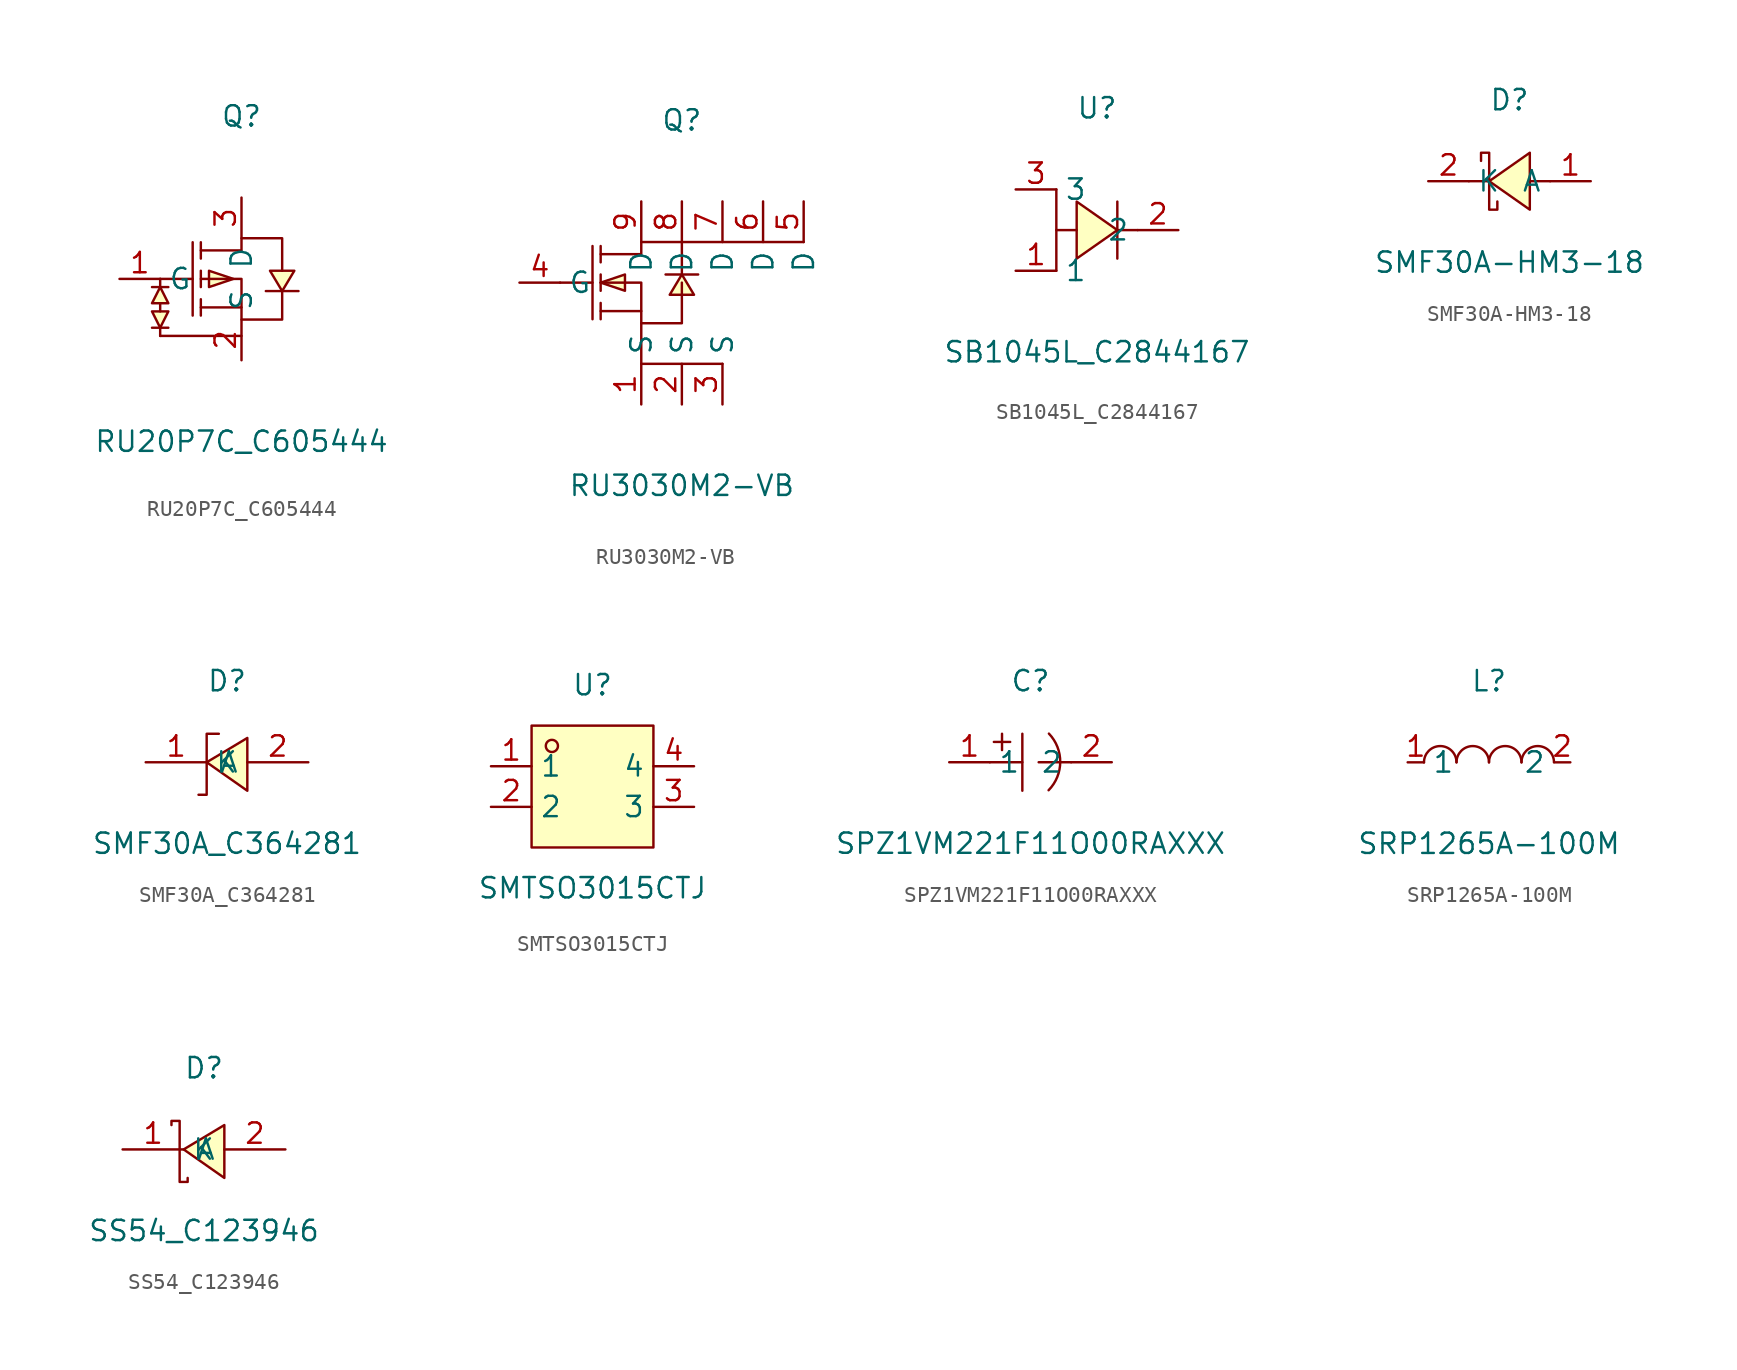
<source format=kicad_sym>
(kicad_symbol_lib
  (version 20211014)
  (generator https://github.com/uPesy/easyeda2kicad.py)
  (symbol "RU20P7C_C605444"
    (property "Reference" "Q"
      (at 0 10.16 0)
      (effects (font (size 1.27 1.27))))
    (property "Value" "RU20P7C_C605444"
      (at 0 -10.16 0)
      (effects (font (size 1.27 1.27))))
    (symbol "RU20P7C_C605444_0_1"
      (polyline (pts (xy -5.08 -0.51) (xy -5.08 -0.00)) (stroke (width 0) (type default) (color 0 0 0 0)) (fill (type none)))
      (polyline (pts (xy 0.00 -3.56) (xy -5.08 -3.56)) (stroke (width 0) (type default) (color 0 0 0 0)) (fill (type none)))
      (polyline (pts (xy -2.54 1.78) (xy 0.00 1.78) (xy 0.00 2.54) (xy 2.54 2.54) (xy 2.54 0.51)) (stroke (width 0) (type default) (color 0 0 0 0)) (fill (type none)))
      (polyline (pts (xy -2.54 -0.00) (xy 0.00 -0.00) (xy 0.00 -2.54) (xy 2.54 -2.54) (xy 2.54 -0.76)) (stroke (width 0) (type default) (color 0 0 0 0)) (fill (type none)))
      (polyline (pts (xy 0.00 -1.78) (xy -2.54 -1.78)) (stroke (width 0) (type default) (color 0 0 0 0)) (fill (type none)))
      (polyline (pts (xy -3.05 2.29) (xy -3.05 -2.29)) (stroke (width 0) (type default) (color 0 0 0 0)) (fill (type none)))
      (polyline (pts (xy -2.54 2.29) (xy -2.54 1.27)) (stroke (width 0) (type default) (color 0 0 0 0)) (fill (type none)))
      (polyline (pts (xy -2.54 -0.51) (xy -2.54 0.51)) (stroke (width 0) (type default) (color 0 0 0 0)) (fill (type none)))
      (polyline (pts (xy -2.54 -2.29) (xy -2.54 -1.27)) (stroke (width 0) (type default) (color 0 0 0 0)) (fill (type none)))
      (polyline (pts (xy -5.08 -0.00) (xy -3.05 -0.00)) (stroke (width 0) (type default) (color 0 0 0 0)) (fill (type none)))
      (polyline (pts (xy 3.56 -0.76) (xy 3.05 -0.76) (xy 2.03 -0.76) (xy 1.52 -0.76)) (stroke (width 0) (type default) (color 0 0 0 0)) (fill (type none)))
      (polyline (pts (xy -5.08 -2.03) (xy -5.08 -1.52)) (stroke (width 0) (type default) (color 0 0 0 0)) (fill (type none)))
      (polyline (pts (xy -5.08 -3.05) (xy -5.08 -3.56)) (stroke (width 0) (type default) (color 0 0 0 0)) (fill (type none)))
      (polyline (pts (xy -4.57 -0.51) (xy -5.59 -0.51)) (stroke (width 0) (type default) (color 0 0 0 0)) (fill (type none)))
      (polyline (pts (xy -4.57 -3.05) (xy -5.59 -3.05)) (stroke (width 0) (type default) (color 0 0 0 0)) (fill (type none)))
      (polyline (pts (xy -5.08 -3.05) (xy -4.57 -2.03) (xy -5.59 -2.03) (xy -5.08 -3.05)) (stroke (width 0) (type default) (color 0 0 0 0)) (fill (type background)))
      (polyline (pts (xy -5.08 -0.51) (xy -5.59 -1.52) (xy -4.57 -1.52) (xy -5.08 -0.51)) (stroke (width 0) (type default) (color 0 0 0 0)) (fill (type background)))
      (polyline (pts (xy -0.51 -0.00) (xy -2.03 0.51) (xy -2.03 -0.51) (xy -0.51 -0.00)) (stroke (width 0) (type default) (color 0 0 0 0)) (fill (type background)))
      (polyline (pts (xy 2.54 -0.76) (xy 3.30 0.51) (xy 1.78 0.51) (xy 2.54 -0.76)) (stroke (width 0) (type default) (color 0 0 0 0)) (fill (type background)))
      (pin unspecified line (at 0.00 5.08 270) (length 2.54) (name "D" (effects (font (size 1.27 1.27)))) (number "3" (effects (font (size 1.27 1.27)))))
      (pin unspecified line (at -7.62 -0.00 0) (length 2.54) (name "G" (effects (font (size 1.27 1.27)))) (number "1" (effects (font (size 1.27 1.27)))))
      (pin unspecified line (at 0.00 -5.08 90) (length 2.54) (name "S" (effects (font (size 1.27 1.27)))) (number "2" (effects (font (size 1.27 1.27)))))))
  (symbol "RU3030M2-VB"
    (property "Reference" "Q"
      (at 0 12.70 0)
      (effects (font (size 1.27 1.27))))
    (property "Value" "RU3030M2-VB"
      (at 0 -10.16 0)
      (effects (font (size 1.27 1.27))))
    (symbol "RU3030M2-VB_0_1"
      (polyline (pts (xy -5.08 4.32) (xy -2.54 4.32) (xy -2.54 5.08) (xy 7.62 5.08) (xy 0.00 5.08) (xy 0.00 3.05)) (stroke (width 0) (type default) (color 0 0 0 0)) (fill (type none)))
      (polyline (pts (xy -5.08 2.54) (xy -2.54 2.54) (xy -2.54 -0.00) (xy 0.00 -0.00) (xy 0.00 2.54)) (stroke (width 0) (type default) (color 0 0 0 0)) (fill (type none)))
      (polyline (pts (xy -2.54 0.76) (xy -5.08 0.76)) (stroke (width 0) (type default) (color 0 0 0 0)) (fill (type none)))
      (polyline (pts (xy -5.59 4.83) (xy -5.59 0.25)) (stroke (width 0) (type default) (color 0 0 0 0)) (fill (type none)))
      (polyline (pts (xy -5.08 4.83) (xy -5.08 3.81)) (stroke (width 0) (type default) (color 0 0 0 0)) (fill (type none)))
      (polyline (pts (xy -5.08 2.03) (xy -5.08 3.05)) (stroke (width 0) (type default) (color 0 0 0 0)) (fill (type none)))
      (polyline (pts (xy -5.08 0.25) (xy -5.08 1.27)) (stroke (width 0) (type default) (color 0 0 0 0)) (fill (type none)))
      (polyline (pts (xy -7.62 2.54) (xy -5.59 2.54)) (stroke (width 0) (type default) (color 0 0 0 0)) (fill (type none)))
      (polyline (pts (xy 1.02 3.05) (xy 0.51 3.05) (xy -0.51 3.05) (xy -1.02 3.05)) (stroke (width 0) (type default) (color 0 0 0 0)) (fill (type none)))
      (polyline (pts (xy 2.54 -2.54) (xy -2.54 -2.54) (xy -2.54 -0.00)) (stroke (width 0) (type default) (color 0 0 0 0)) (fill (type none)))
      (polyline (pts (xy -5.08 2.54) (xy -3.56 2.03) (xy -3.56 3.05) (xy -5.08 2.54)) (stroke (width 0) (type default) (color 0 0 0 0)) (fill (type background)))
      (polyline (pts (xy 0.00 3.05) (xy -0.76 1.78) (xy 0.76 1.78) (xy 0.00 3.05)) (stroke (width 0) (type default) (color 0 0 0 0)) (fill (type background)))
      (pin unspecified line (at 0.00 -5.08 90) (length 2.54) (name "S" (effects (font (size 1.27 1.27)))) (number "2" (effects (font (size 1.27 1.27)))))
      (pin unspecified line (at -2.54 7.62 270) (length 2.54) (name "D" (effects (font (size 1.27 1.27)))) (number "9" (effects (font (size 1.27 1.27)))))
      (pin unspecified line (at 0.00 7.62 270) (length 2.54) (name "D" (effects (font (size 1.27 1.27)))) (number "8" (effects (font (size 1.27 1.27)))))
      (pin unspecified line (at 2.54 7.62 270) (length 2.54) (name "D" (effects (font (size 1.27 1.27)))) (number "7" (effects (font (size 1.27 1.27)))))
      (pin unspecified line (at 5.08 7.62 270) (length 2.54) (name "D" (effects (font (size 1.27 1.27)))) (number "6" (effects (font (size 1.27 1.27)))))
      (pin unspecified line (at 7.62 7.62 270) (length 2.54) (name "D" (effects (font (size 1.27 1.27)))) (number "5" (effects (font (size 1.27 1.27)))))
      (pin unspecified line (at -10.16 2.54 0) (length 2.54) (name "G" (effects (font (size 1.27 1.27)))) (number "4" (effects (font (size 1.27 1.27)))))
      (pin unspecified line (at -2.54 -5.08 90) (length 2.54) (name "S" (effects (font (size 1.27 1.27)))) (number "1" (effects (font (size 1.27 1.27)))))
      (pin unspecified line (at 2.54 -5.08 90) (length 2.54) (name "S" (effects (font (size 1.27 1.27)))) (number "3" (effects (font (size 1.27 1.27)))))))
  (symbol "SB1045L_C2844167"
    (property "Reference" "U"
      (at 0 7.62 0)
      (effects (font (size 1.27 1.27))))
    (property "Value" "SB1045L_C2844167"
      (at 0 -7.62 0)
      (effects (font (size 1.27 1.27))))
    (symbol "SB1045L_C2844167_0_1"
      (polyline (pts (xy -1.27 1.78) (xy 1.27 -0.00) (xy -1.27 -1.78) (xy -1.27 1.78)) (stroke (width 0) (type default) (color 0 0 0 0)) (fill (type background)))
      (polyline (pts (xy -2.54 2.54) (xy -2.54 -2.54)) (stroke (width 0) (type default) (color 0 0 0 0)) (fill (type none)))
      (polyline (pts (xy 1.27 1.78) (xy 1.27 -1.78)) (stroke (width 0) (type default) (color 0 0 0 0)) (fill (type none)))
      (polyline (pts (xy 2.54 -0.00) (xy 1.27 -0.00)) (stroke (width 0) (type default) (color 0 0 0 0)) (fill (type none)))
      (polyline (pts (xy -1.27 -0.00) (xy -2.54 -0.00)) (stroke (width 0) (type default) (color 0 0 0 0)) (fill (type none)))
      (pin unspecified line (at -5.08 2.54 0) (length 2.54) (name "3" (effects (font (size 1.27 1.27)))) (number "3" (effects (font (size 1.27 1.27)))))
      (pin unspecified line (at -5.08 -2.54 0) (length 2.54) (name "1" (effects (font (size 1.27 1.27)))) (number "1" (effects (font (size 1.27 1.27)))))
      (pin unspecified line (at 5.08 -0.00 180) (length 2.54) (name "2" (effects (font (size 1.27 1.27)))) (number "2" (effects (font (size 1.27 1.27)))))))
  (symbol "SMF30A-HM3-18"
    (property "Reference" "D"
      (at 0 5.08 0)
      (effects (font (size 1.27 1.27))))
    (property "Value" "SMF30A-HM3-18"
      (at 0 -5.08 0)
      (effects (font (size 1.27 1.27))))
    (symbol "SMF30A-HM3-18_0_1"
      (polyline (pts (xy 1.27 1.78) (xy -1.27 -0.00) (xy 1.27 -1.78) (xy 1.27 1.78)) (stroke (width 0) (type default) (color 0 0 0 0)) (fill (type background)))
      (polyline (pts (xy -1.78 1.27) (xy -1.78 1.78) (xy -1.27 1.78) (xy -1.27 -1.78) (xy -0.76 -1.78) (xy -0.76 -1.27)) (stroke (width 0) (type default) (color 0 0 0 0)) (fill (type none)))
      (polyline (pts (xy 2.54 -0.00) (xy 1.27 -0.00)) (stroke (width 0) (type default) (color 0 0 0 0)) (fill (type none)))
      (polyline (pts (xy -1.27 -0.00) (xy -2.54 -0.00)) (stroke (width 0) (type default) (color 0 0 0 0)) (fill (type none)))
      (pin unspecified line (at 5.08 -0.00 180) (length 2.54) (name "A" (effects (font (size 1.27 1.27)))) (number "1" (effects (font (size 1.27 1.27)))))
      (pin unspecified line (at -5.08 -0.00 0) (length 2.54) (name "K" (effects (font (size 1.27 1.27)))) (number "2" (effects (font (size 1.27 1.27)))))))
  (symbol "SMF30A_C364281"
    (property "Reference" "D"
      (at 0 5.08 0)
      (effects (font (size 1.27 1.27))))
    (property "Value" "SMF30A_C364281"
      (at 0 -5.08 0)
      (effects (font (size 1.27 1.27))))
    (symbol "SMF30A_C364281_0_1"
      (polyline (pts (xy 1.27 1.52) (xy -1.27 -0.00) (xy 1.27 -1.78) (xy 1.27 1.52)) (stroke (width 0) (type default) (color 0 0 0 0)) (fill (type background)))
      (polyline (pts (xy -1.78 -2.03) (xy -1.27 -2.03) (xy -1.27 1.78) (xy -0.51 1.78)) (stroke (width 0) (type default) (color 0 0 0 0)) (fill (type none)))
      (pin unspecified line (at 5.08 -0.00 180) (length 3.81) (name "A" (effects (font (size 1.27 1.27)))) (number "2" (effects (font (size 1.27 1.27)))))
      (pin unspecified line (at -5.08 -0.00 0) (length 3.81) (name "K" (effects (font (size 1.27 1.27)))) (number "1" (effects (font (size 1.27 1.27)))))))
  (symbol "SMTSO3015CTJ"
    (property "Reference" "U"
      (at 0 6.35 0)
      (effects (font (size 1.27 1.27))))
    (property "Value" "SMTSO3015CTJ"
      (at 0 -6.35 0)
      (effects (font (size 1.27 1.27))))
    (symbol "SMTSO3015CTJ_0_1"
      (rectangle (start -3.81 3.81) (end 3.81 -3.81) (stroke (width 0) (type default) (color 0 0 0 0)) (fill (type background)))
      (circle (center -2.54 2.54) (radius 0.38) (stroke (width 0) (type default) (color 0 0 0 0)) (fill (type none)))
      (pin unspecified line (at -6.35 1.27 0) (length 2.54) (name "1" (effects (font (size 1.27 1.27)))) (number "1" (effects (font (size 1.27 1.27)))))
      (pin unspecified line (at -6.35 -1.27 0) (length 2.54) (name "2" (effects (font (size 1.27 1.27)))) (number "2" (effects (font (size 1.27 1.27)))))
      (pin unspecified line (at 6.35 -1.27 180) (length 2.54) (name "3" (effects (font (size 1.27 1.27)))) (number "3" (effects (font (size 1.27 1.27)))))
      (pin unspecified line (at 6.35 1.27 180) (length 2.54) (name "4" (effects (font (size 1.27 1.27)))) (number "4" (effects (font (size 1.27 1.27)))))))
  (symbol "SPZ1VM221F11O00RAXXX"
    (property "Reference" "C"
      (at 0 5.08 0)
      (effects (font (size 1.27 1.27))))
    (property "Value" "SPZ1VM221F11O00RAXXX"
      (at 0 -5.08 0)
      (effects (font (size 1.27 1.27))))
    (symbol "SPZ1VM221F11O00RAXXX_0_1"
      (arc (start 1.13 -1.75) (mid 5.47 -0.41) (end 1.15 1.79) (stroke (width 0) (type default) (color 0 0 0 0)) (fill (type none)))
      (polyline (pts (xy -0.51 1.78) (xy -0.51 -1.78)) (stroke (width 0) (type default) (color 0 0 0 0)) (fill (type none)))
      (polyline (pts (xy -2.54 -0.00) (xy -0.51 -0.00)) (stroke (width 0) (type default) (color 0 0 0 0)) (fill (type none)))
      (polyline (pts (xy 0.51 -0.00) (xy 2.54 -0.00)) (stroke (width 0) (type default) (color 0 0 0 0)) (fill (type none)))
      (polyline (pts (xy -2.29 1.27) (xy -1.27 1.27)) (stroke (width 0) (type default) (color 0 0 0 0)) (fill (type none)))
      (polyline (pts (xy -1.78 1.78) (xy -1.78 0.76)) (stroke (width 0) (type default) (color 0 0 0 0)) (fill (type none)))
      (pin input line (at -5.08 -0.00 0) (length 2.54) (name "1" (effects (font (size 1.27 1.27)))) (number "1" (effects (font (size 1.27 1.27)))))
      (pin input line (at 5.08 -0.00 180) (length 2.54) (name "2" (effects (font (size 1.27 1.27)))) (number "2" (effects (font (size 1.27 1.27)))))))
  (symbol "SRP1265A-100M"
    (property "Reference" "L"
      (at 0 5.08 0)
      (effects (font (size 1.27 1.27))))
    (property "Value" "SRP1265A-100M"
      (at 0 -5.08 0)
      (effects (font (size 1.27 1.27))))
    (symbol "SRP1265A-100M_0_1"
      (arc (start -4.06 -0.01) (mid -2.83 0.99) (end -2.03 0.01) (stroke (width 0) (type default) (color 0 0 0 0)) (fill (type none)))
      (arc (start -2.03 -0.01) (mid -0.80 0.99) (end 0.00 0.01) (stroke (width 0) (type default) (color 0 0 0 0)) (fill (type none)))
      (arc (start 2.03 -0.01) (mid 3.26 0.99) (end 4.06 0.01) (stroke (width 0) (type default) (color 0 0 0 0)) (fill (type none)))
      (arc (start 0.00 -0.01) (mid 1.23 0.99) (end 2.03 0.01) (stroke (width 0) (type default) (color 0 0 0 0)) (fill (type none)))
      (pin unspecified line (at 5.08 -0.00 180) (length 1.016) (name "2" (effects (font (size 1.27 1.27)))) (number "2" (effects (font (size 1.27 1.27)))))
      (pin unspecified line (at -5.08 -0.00 0) (length 1.016) (name "1" (effects (font (size 1.27 1.27)))) (number "1" (effects (font (size 1.27 1.27)))))))
  (symbol "SS54_C123946"
    (property "Reference" "D"
      (at 0 5.08 0)
      (effects (font (size 1.27 1.27))))
    (property "Value" "SS54_C123946"
      (at 0 -5.08 0)
      (effects (font (size 1.27 1.27))))
    (symbol "SS54_C123946_0_1"
      (polyline (pts (xy 1.27 1.52) (xy -1.27 -0.00) (xy 1.27 -1.78) (xy 1.27 1.52)) (stroke (width 0) (type default) (color 0 0 0 0)) (fill (type background)))
      (polyline (pts (xy -2.03 1.52) (xy -2.03 1.78) (xy -1.52 1.78) (xy -1.52 -2.03) (xy -1.02 -2.03) (xy -1.02 -1.78)) (stroke (width 0) (type default) (color 0 0 0 0)) (fill (type none)))
      (pin unspecified line (at 5.08 -0.00 180) (length 3.81) (name "A" (effects (font (size 1.27 1.27)))) (number "2" (effects (font (size 1.27 1.27)))))
      (pin unspecified line (at -5.08 -0.00 0) (length 3.81) (name "K" (effects (font (size 1.27 1.27)))) (number "1" (effects (font (size 1.27 1.27))))))))
</source>
